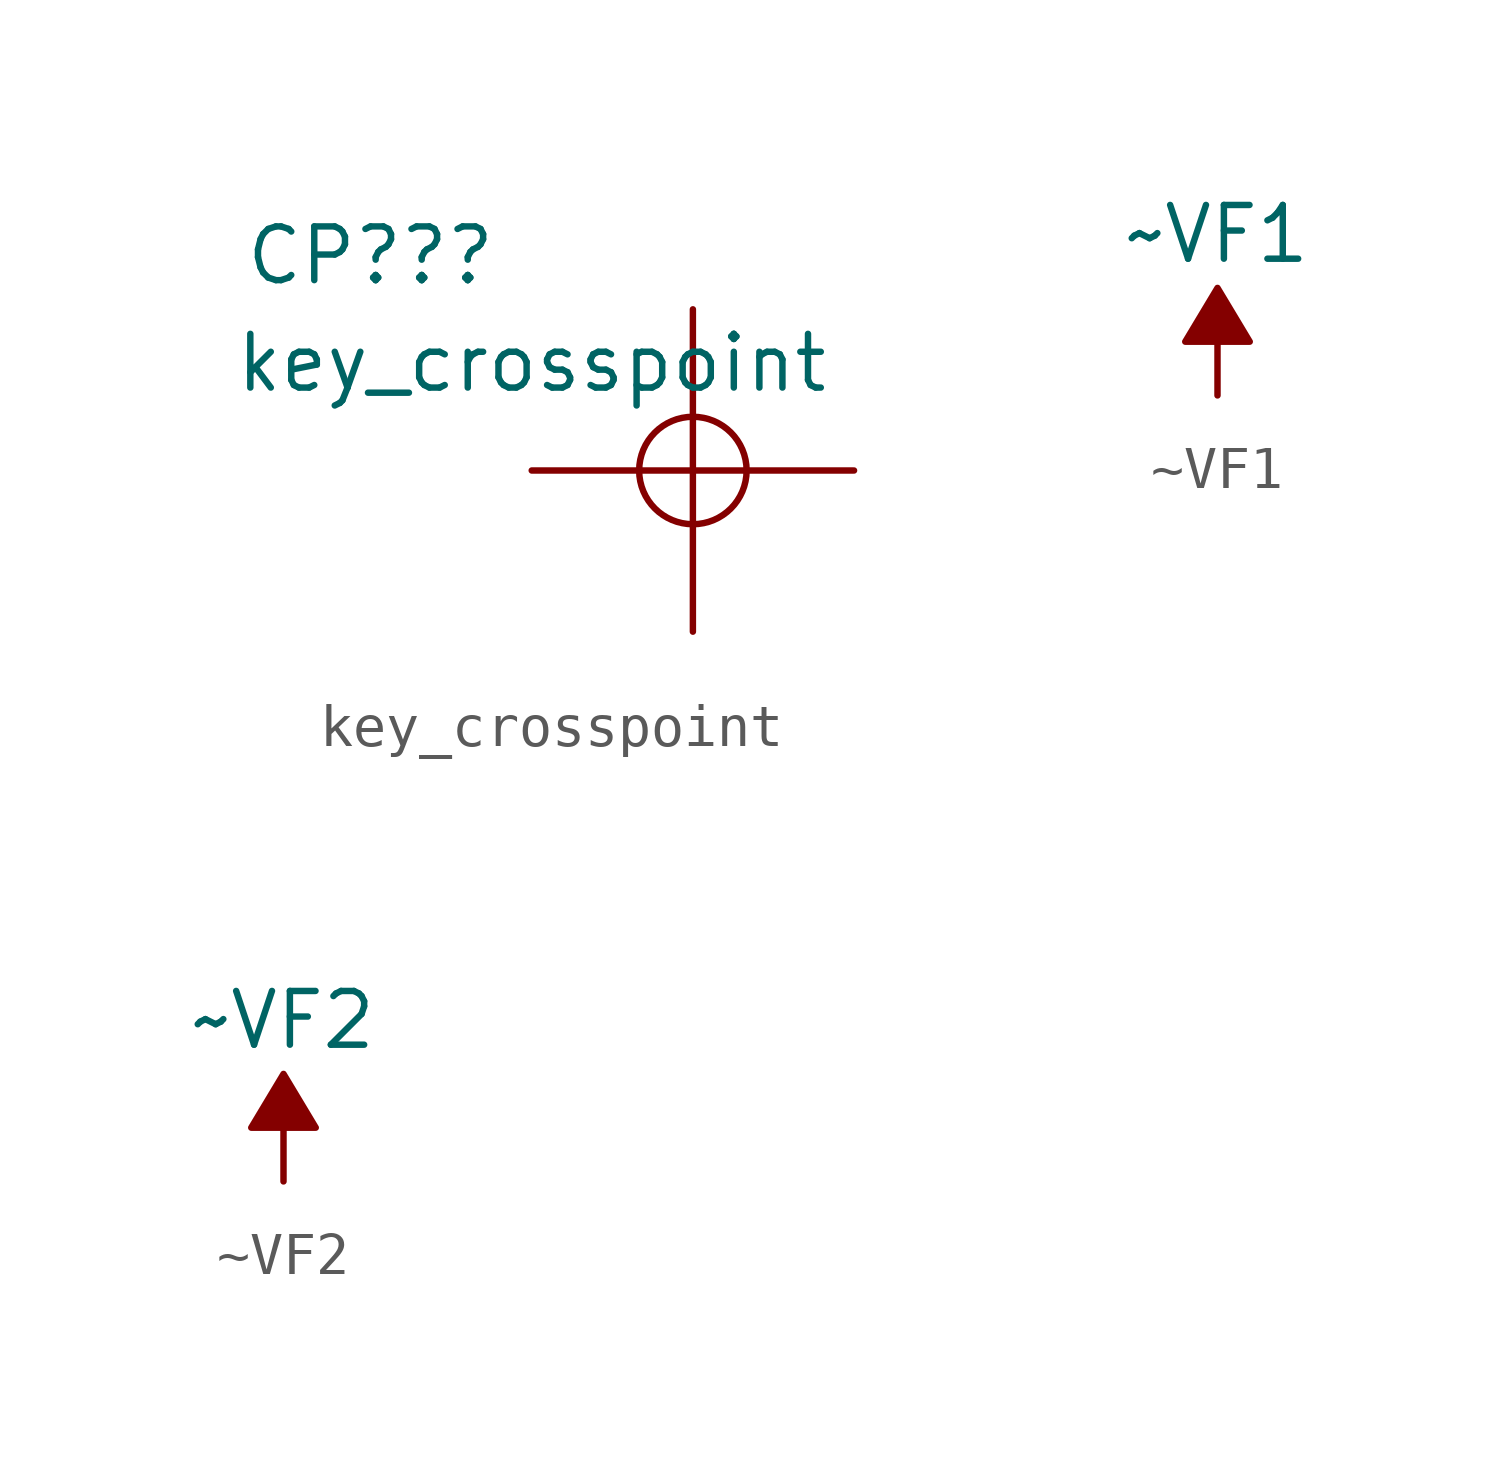
<source format=kicad_sym>
(kicad_symbol_lib
  (version 20220914)
  (generator kicad_symbol_editor)
  (symbol "key_crosspoint"
    (pin_names
      (offset 1.016))
    (property "Reference" "CP??"
      (at -7.62 5.08 0)
      (effects (font (size 1.27 1.27))))
    (property "Value" "key_crosspoint"
      (at -3.81 2.54 0)
      (effects (font (size 1.27 1.27))))
    (symbol "key_crosspoint_0_1"
      (polyline (pts (xy 0 -1.27) (xy 0 -3.81)) (stroke (width 0) (type solid)) (fill (type none)))
      (polyline (pts (xy 0 0) (xy -3.81 0)) (stroke (width 0) (type solid)) (fill (type none)))
      (polyline (pts (xy 0 0) (xy 3.81 0)) (stroke (width 0) (type solid)) (fill (type none)))
      (polyline (pts (xy 0 1.27) (xy 0 -1.27)) (stroke (width 0) (type solid)) (fill (type none)))
      (polyline (pts (xy 0 1.27) (xy 0 3.81)) (stroke (width 0) (type solid)) (fill (type none)))
      (circle (center 0 0) (radius 1.27) (stroke (width 0) (type solid)) (fill (type none))))
    (symbol "key_crosspoint_1_1"
      (pin passive line (at -3.81 0 0) (length 2.54) hide (name "X1" (effects (font (size 1.27 1.27)))) (number "1" (effects (font (size 1.27 1.27)))))
      (pin passive line (at 0 3.81 0) (length 2.54) hide (name "Y1" (effects (font (size 1.27 1.27)))) (number "2" (effects (font (size 1.27 1.27)))))
      (pin passive line (at 3.81 0 180) (length 2.54) hide (name "X2" (effects (font (size 1.27 1.27)))) (number "3" (effects (font (size 1.27 1.27)))))
      (pin passive line (at 0 -3.81 180) (length 2.54) hide (name "Y2" (effects (font (size 1.27 1.27)))) (number "4" (effects (font (size 1.27 1.27)))))))
  (symbol "~VF1"
    (power)
    (pin_names
      (offset 0))
    (property "Reference" "#PWR"
      (at 0 2.54 0)
      (effects (font (size 1.27 1.27)) hide))
    (property "Value" "~VF1"
      (at 0 3.81 0)
      (effects (font (size 1.27 1.27))))
    (symbol "~VF1_0_0"
      (pin power_in line (at 0 0 90) (length 0) hide (name "-24V" (effects (font (size 1.27 1.27)))) (number "1" (effects (font (size 1.27 1.27))))))
    (symbol "~VF1_0_1"
      (polyline (pts (xy 0 0) (xy 0 1.27) (xy 0.762 1.27) (xy 0 2.54) (xy -0.762 1.27) (xy 0 1.27)) (stroke (width 0) (type default)) (fill (type outline)))))
  (symbol "~VF2"
    (power)
    (pin_names
      (offset 0))
    (property "Reference" "#PWR"
      (at 0 2.54 0)
      (effects (font (size 1.27 1.27)) hide))
    (property "Value" "~VF2"
      (at 0 3.81 0)
      (effects (font (size 1.27 1.27))))
    (symbol "~VF2_0_0"
      (pin power_in line (at 0 0 90) (length 0) hide (name "-24V" (effects (font (size 1.27 1.27)))) (number "1" (effects (font (size 1.27 1.27))))))
    (symbol "~VF2_0_1"
      (polyline (pts (xy 0 0) (xy 0 1.27) (xy 0.762 1.27) (xy 0 2.54) (xy -0.762 1.27) (xy 0 1.27)) (stroke (width 0) (type default)) (fill (type outline))))))
</source>
